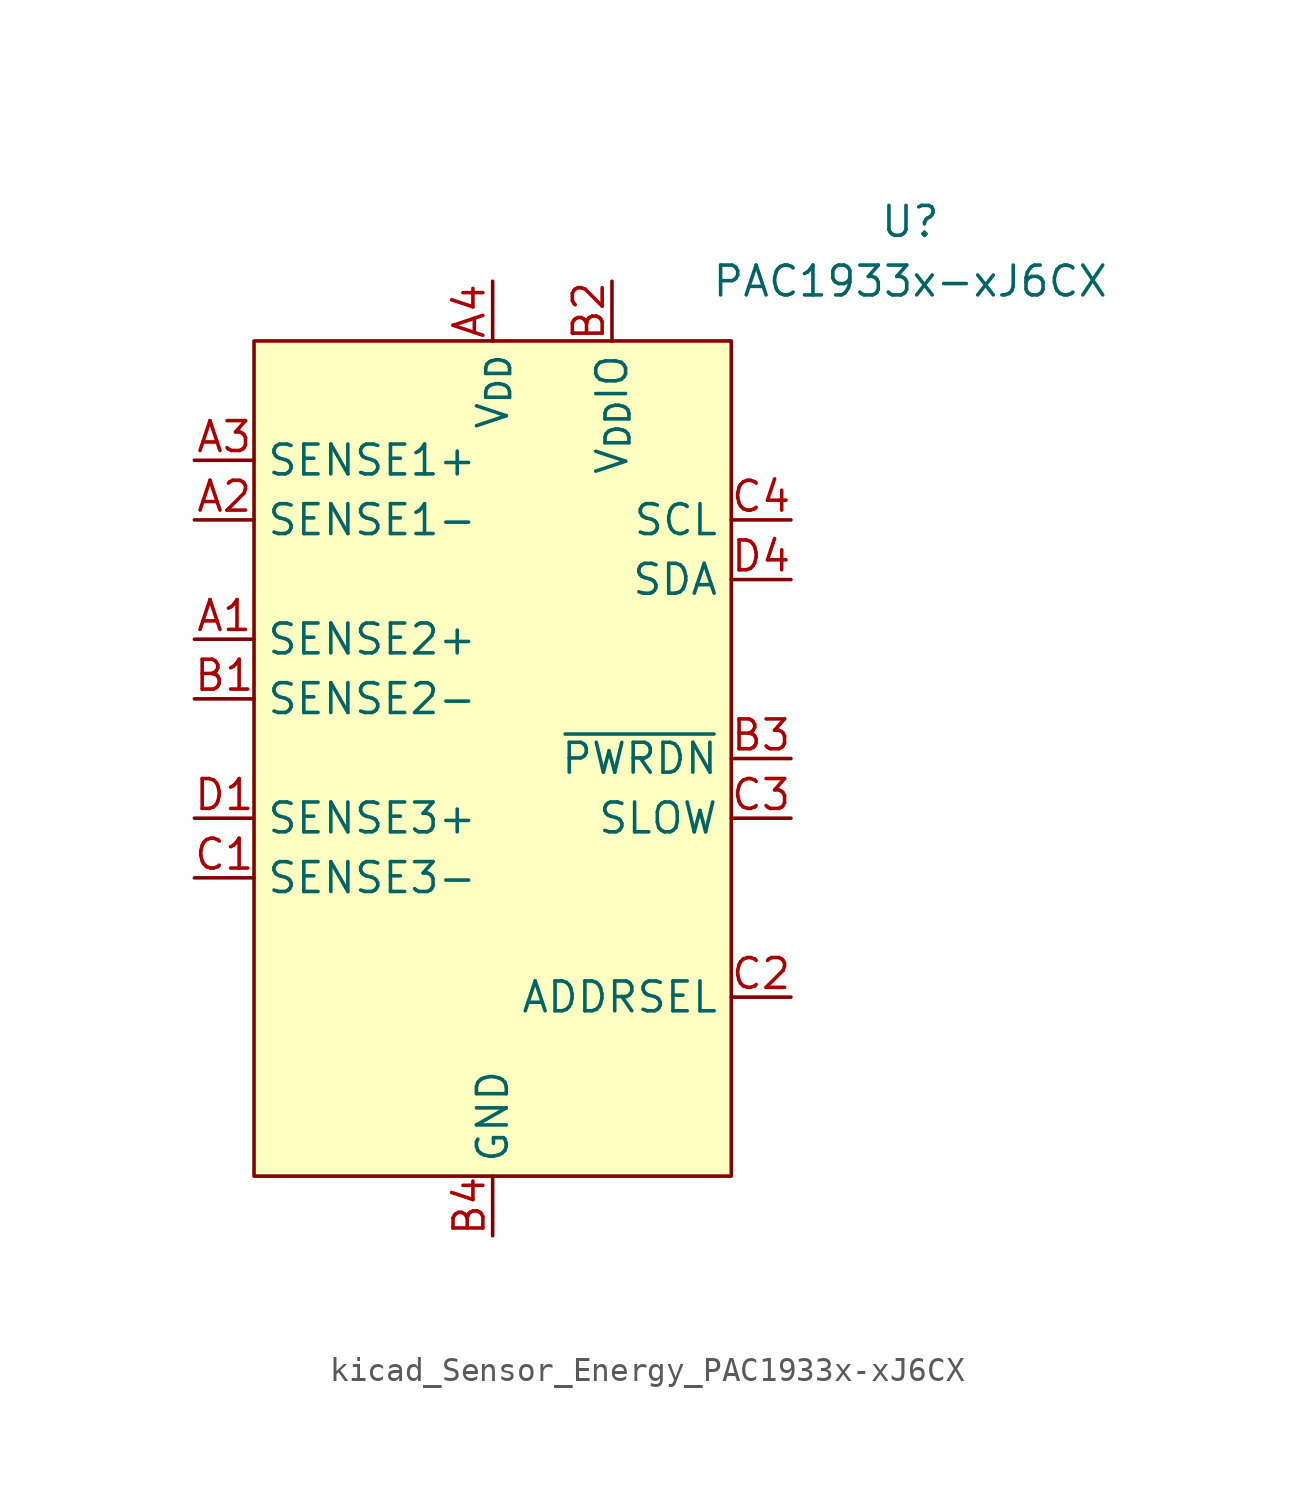
<source format=kicad_sym>
(kicad_symbol_lib
  (version 20220914)
  (generator kicad_symbol_editor)
  (symbol "kicad_Sensor_Energy_PAC1933x-xJ6CX"
    (property "Reference" "U"
      (at 17.78 22.86 0)
      (effects (font (size 1.27 1.27))))
    (property "Value" "PAC1933x-xJ6CX"
      (at 17.78 20.32 0)
      (effects (font (size 1.27 1.27))))
    (symbol "kicad_Sensor_Energy_PAC1933x-xJ6CX_0_0"
      (pin input line (at -12.7 5.08 0) (length 2.54) (name "SENSE2+" (effects (font (size 1.27 1.27)))) (number "A1" (effects (font (size 1.27 1.27)))))
      (pin input line (at -12.7 10.16 0) (length 2.54) (name "SENSE1-" (effects (font (size 1.27 1.27)))) (number "A2" (effects (font (size 1.27 1.27)))))
      (pin input line (at -12.7 12.7 0) (length 2.54) (name "SENSE1+" (effects (font (size 1.27 1.27)))) (number "A3" (effects (font (size 1.27 1.27)))))
      (pin power_in line (at 0 20.32 270) (length 2.54) (name "V_{DD}" (effects (font (size 1.27 1.27)))) (number "A4" (effects (font (size 1.27 1.27)))))
      (pin input line (at -12.7 2.54 0) (length 2.54) (name "SENSE2-" (effects (font (size 1.27 1.27)))) (number "B1" (effects (font (size 1.27 1.27)))))
      (pin input line (at 5.08 20.32 270) (length 2.54) (name "V_{DD}IO" (effects (font (size 1.27 1.27)))) (number "B2" (effects (font (size 1.27 1.27)))))
      (pin input line (at 12.7 0 180) (length 2.54) (name "~{PWRDN}" (effects (font (size 1.27 1.27)))) (number "B3" (effects (font (size 1.27 1.27)))))
      (pin power_in line (at 0 -20.32 90) (length 2.54) (name "GND" (effects (font (size 1.27 1.27)))) (number "B4" (effects (font (size 1.27 1.27)))))
      (pin input line (at -12.7 -5.08 0) (length 2.54) (name "SENSE3-" (effects (font (size 1.27 1.27)))) (number "C1" (effects (font (size 1.27 1.27)))))
      (pin passive line (at 12.7 -10.16 180) (length 2.54) (name "ADDRSEL" (effects (font (size 1.27 1.27)))) (number "C2" (effects (font (size 1.27 1.27)))))
      (pin input line (at 12.7 -2.54 180) (length 2.54) (name "SLOW" (effects (font (size 1.27 1.27)))) (number "C3" (effects (font (size 1.27 1.27)))) (alternate "~{ALERT1}" open_collector line))
      (pin input line (at 12.7 10.16 180) (length 2.54) (name "SCL" (effects (font (size 1.27 1.27)))) (number "C4" (effects (font (size 1.27 1.27)))) (alternate "SM_CLK" input line))
      (pin input line (at -12.7 -2.54 0) (length 2.54) (name "SENSE3+" (effects (font (size 1.27 1.27)))) (number "D1" (effects (font (size 1.27 1.27)))))
      (pin passive line (at 0 -20.32 90) (length 2.54) hide (name "GND" (effects (font (size 1.27 1.27)))) (number "D2" (effects (font (size 1.27 1.27)))))
      (pin passive line (at 0 -20.32 90) (length 2.54) hide (name "GND" (effects (font (size 1.27 1.27)))) (number "D3" (effects (font (size 1.27 1.27)))))
      (pin bidirectional line (at 12.7 7.62 180) (length 2.54) (name "SDA" (effects (font (size 1.27 1.27)))) (number "D4" (effects (font (size 1.27 1.27)))) (alternate "SM_DATA" bidirectional line)))
    (symbol "kicad_Sensor_Energy_PAC1933x-xJ6CX_0_1"
      (rectangle (start -10.16 17.78) (end 10.16 -17.78) (stroke (width 0) (type default)) (fill (type background))))))
</source>
